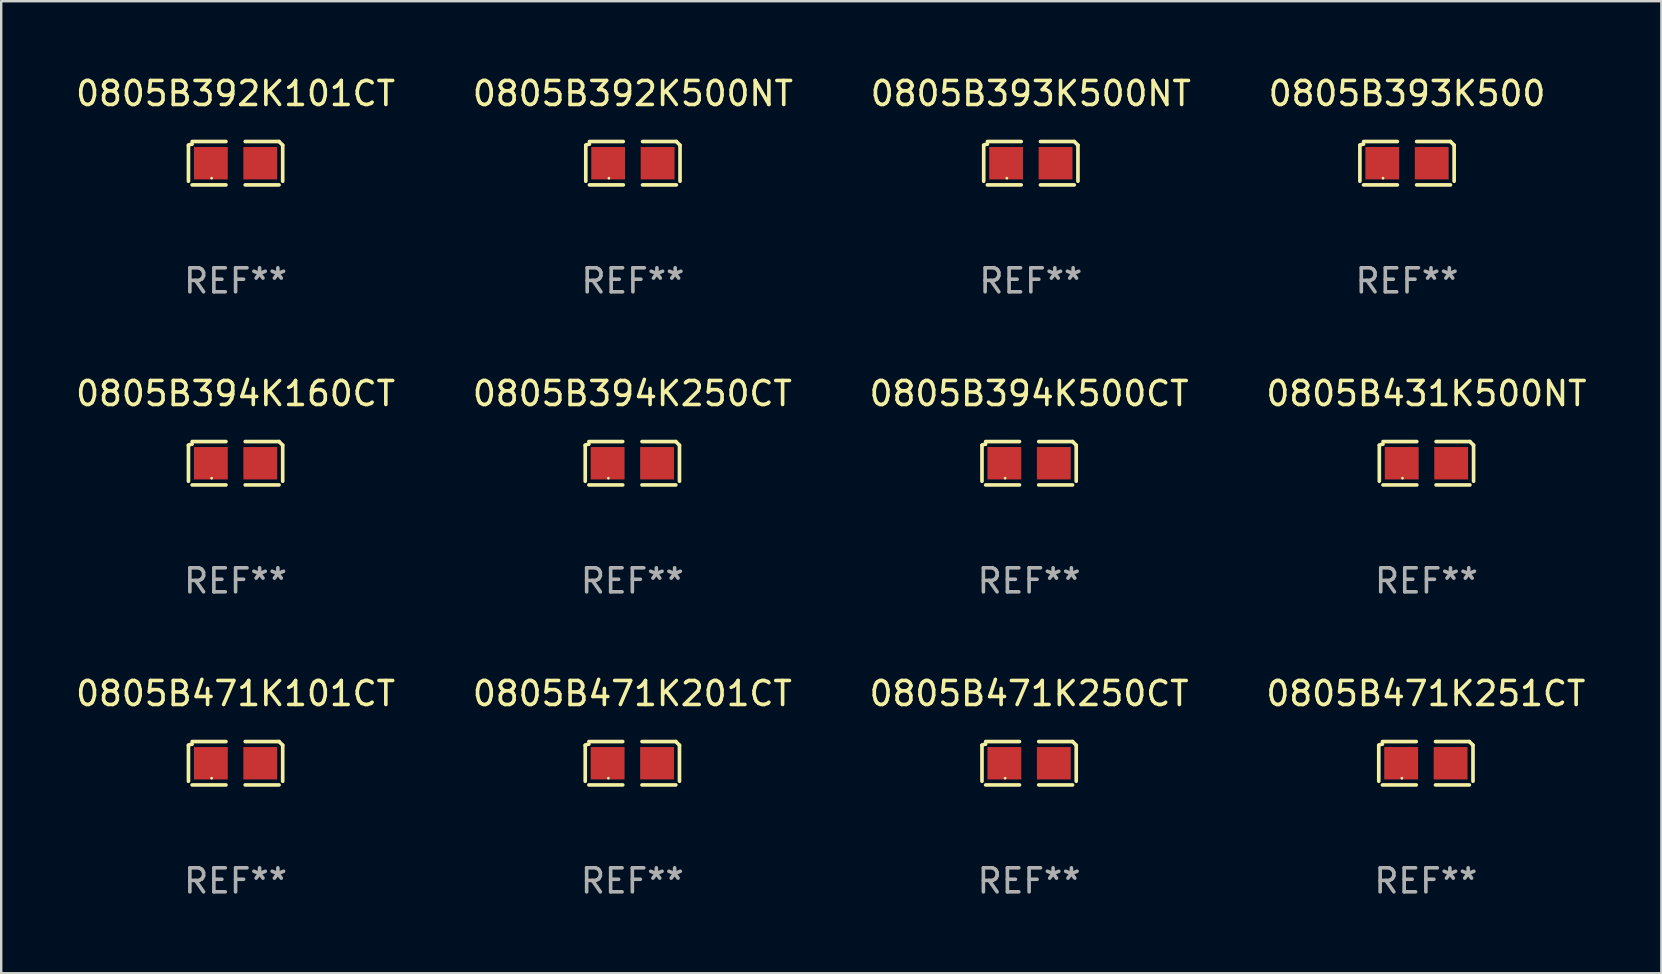
<source format=kicad_pcb>
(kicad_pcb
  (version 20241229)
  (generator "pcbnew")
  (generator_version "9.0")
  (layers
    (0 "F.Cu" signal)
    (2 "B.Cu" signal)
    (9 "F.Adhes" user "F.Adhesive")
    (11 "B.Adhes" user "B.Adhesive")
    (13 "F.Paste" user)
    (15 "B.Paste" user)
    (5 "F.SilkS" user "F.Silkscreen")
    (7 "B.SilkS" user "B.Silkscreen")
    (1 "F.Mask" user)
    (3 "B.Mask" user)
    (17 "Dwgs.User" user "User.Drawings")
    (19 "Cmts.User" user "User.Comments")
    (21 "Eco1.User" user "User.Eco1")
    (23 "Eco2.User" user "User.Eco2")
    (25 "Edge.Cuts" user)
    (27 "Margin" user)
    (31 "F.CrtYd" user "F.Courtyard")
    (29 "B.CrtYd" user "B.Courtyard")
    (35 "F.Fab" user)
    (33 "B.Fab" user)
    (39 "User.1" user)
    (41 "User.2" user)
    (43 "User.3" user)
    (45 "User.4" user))
  (footprint "0805B394K500CT"
    (layer "F.Cu")
    (at 39.839 16.256)
    (property "Reference" "0805B394K500CT" (at 0 -2.904 0) (layer "F.SilkS") (effects (font (size 1 1) (thickness 0.15))))
    (attr through_hole)
    (fp_line (start -1.964 0.751) (end -1.964 -0.751) (stroke (width 0.152) (type solid)) (layer "F.SilkS"))
    (fp_line (start -1.811 -0.904) (end -0.401 -0.904) (stroke (width 0.152) (type solid)) (layer "F.SilkS"))
    (fp_line (start -0.401 0.904) (end -1.811 0.904) (stroke (width 0.152) (type solid)) (layer "F.SilkS"))
    (fp_line (start 0.401 0.904) (end 1.811 0.904) (stroke (width 0.152) (type solid)) (layer "F.SilkS"))
    (fp_line (start 1.811 -0.904) (end 0.401 -0.904) (stroke (width 0.152) (type solid)) (layer "F.SilkS"))
    (fp_line (start 1.964 0.751) (end 1.964 -0.751) (stroke (width 0.152) (type solid)) (layer "F.SilkS"))
    (fp_arc (start -1.963602 -0.751207) (mid -1.890354 -0.783131) (end -1.811201 -0.794044) (stroke (width 0.1524) (type solid)) (layer "F.SilkS"))
    (fp_arc (start 1.811202 -0.903607) (mid 1.887413 -0.827418) (end 1.963602 -0.751207) (stroke (width 0.1524) (type solid)) (layer "F.SilkS"))
    (fp_circle (center -1 0.625) (end -0.97 0.625) (stroke (width 0.06) (type solid)) (fill no) (layer "F.SilkS"))
    (fp_text user "REF**" (at 0 4.904 0) (layer "F.Fab") (effects (font (size 1 1) (thickness 0.15))))
    (pad "1" smd rect (at -1.03 0) (size 1.41 1.35) (layers "F.Cu" "F.Mask" "F.Paste"))
    (pad "2" smd rect (at 1.03 0) (size 1.41 1.35) (layers "F.Cu" "F.Mask" "F.Paste")))
  (footprint "0805B471K250CT"
    (layer "F.Cu")
    (at 39.839 28.759)
    (property "Reference" "0805B471K250CT" (at 0 -2.904 0) (layer "F.SilkS") (effects (font (size 1 1) (thickness 0.15))))
    (attr through_hole)
    (fp_line (start -1.964 0.751) (end -1.964 -0.751) (stroke (width 0.152) (type solid)) (layer "F.SilkS"))
    (fp_line (start -1.811 -0.904) (end -0.401 -0.904) (stroke (width 0.152) (type solid)) (layer "F.SilkS"))
    (fp_line (start -0.401 0.904) (end -1.811 0.904) (stroke (width 0.152) (type solid)) (layer "F.SilkS"))
    (fp_line (start 0.401 0.904) (end 1.811 0.904) (stroke (width 0.152) (type solid)) (layer "F.SilkS"))
    (fp_line (start 1.811 -0.904) (end 0.401 -0.904) (stroke (width 0.152) (type solid)) (layer "F.SilkS"))
    (fp_line (start 1.964 0.751) (end 1.964 -0.751) (stroke (width 0.152) (type solid)) (layer "F.SilkS"))
    (fp_arc (start -1.963602 -0.751207) (mid -1.890354 -0.783131) (end -1.811201 -0.794044) (stroke (width 0.1524) (type solid)) (layer "F.SilkS"))
    (fp_arc (start 1.811202 -0.903607) (mid 1.887413 -0.827418) (end 1.963602 -0.751207) (stroke (width 0.1524) (type solid)) (layer "F.SilkS"))
    (fp_circle (center -1 0.625) (end -0.97 0.625) (stroke (width 0.06) (type solid)) (fill no) (layer "F.SilkS"))
    (fp_text user "REF**" (at 0 4.904 0) (layer "F.Fab") (effects (font (size 1 1) (thickness 0.15))))
    (pad "1" smd rect (at -1.03 0) (size 1.41 1.35) (layers "F.Cu" "F.Mask" "F.Paste"))
    (pad "2" smd rect (at 1.03 0) (size 1.41 1.35) (layers "F.Cu" "F.Mask" "F.Paste")))
  (footprint "0805B392K500NT"
    (layer "F.Cu")
    (at 23.327 3.752)
    (property "Reference" "0805B392K500NT" (at 0 -2.904 0) (layer "F.SilkS") (effects (font (size 1 1) (thickness 0.15))))
    (attr through_hole)
    (fp_line (start -1.964 0.751) (end -1.964 -0.751) (stroke (width 0.152) (type solid)) (layer "F.SilkS"))
    (fp_line (start -1.811 -0.904) (end -0.401 -0.904) (stroke (width 0.152) (type solid)) (layer "F.SilkS"))
    (fp_line (start -0.401 0.904) (end -1.811 0.904) (stroke (width 0.152) (type solid)) (layer "F.SilkS"))
    (fp_line (start 0.401 0.904) (end 1.811 0.904) (stroke (width 0.152) (type solid)) (layer "F.SilkS"))
    (fp_line (start 1.811 -0.904) (end 0.401 -0.904) (stroke (width 0.152) (type solid)) (layer "F.SilkS"))
    (fp_line (start 1.964 0.751) (end 1.964 -0.751) (stroke (width 0.152) (type solid)) (layer "F.SilkS"))
    (fp_arc (start -1.963602 -0.751207) (mid -1.890354 -0.783131) (end -1.811201 -0.794044) (stroke (width 0.1524) (type solid)) (layer "F.SilkS"))
    (fp_arc (start 1.811202 -0.903607) (mid 1.887413 -0.827418) (end 1.963602 -0.751207) (stroke (width 0.1524) (type solid)) (layer "F.SilkS"))
    (fp_circle (center -1 0.625) (end -0.97 0.625) (stroke (width 0.06) (type solid)) (fill no) (layer "F.SilkS"))
    (fp_text user "REF**" (at 0 4.904 0) (layer "F.Fab") (effects (font (size 1 1) (thickness 0.15))))
    (pad "1" smd rect (at -1.03 0) (size 1.41 1.35) (layers "F.Cu" "F.Mask" "F.Paste"))
    (pad "2" smd rect (at 1.03 0) (size 1.41 1.35) (layers "F.Cu" "F.Mask" "F.Paste")))
  (footprint "0805B471K101CT"
    (layer "F.Cu")
    (at 6.768 28.759)
    (property "Reference" "0805B471K101CT" (at 0 -2.904 0) (layer "F.SilkS") (effects (font (size 1 1) (thickness 0.15))))
    (attr through_hole)
    (fp_line (start -1.964 0.751) (end -1.964 -0.751) (stroke (width 0.152) (type solid)) (layer "F.SilkS"))
    (fp_line (start -1.811 -0.904) (end -0.401 -0.904) (stroke (width 0.152) (type solid)) (layer "F.SilkS"))
    (fp_line (start -0.401 0.904) (end -1.811 0.904) (stroke (width 0.152) (type solid)) (layer "F.SilkS"))
    (fp_line (start 0.401 0.904) (end 1.811 0.904) (stroke (width 0.152) (type solid)) (layer "F.SilkS"))
    (fp_line (start 1.811 -0.904) (end 0.401 -0.904) (stroke (width 0.152) (type solid)) (layer "F.SilkS"))
    (fp_line (start 1.964 0.751) (end 1.964 -0.751) (stroke (width 0.152) (type solid)) (layer "F.SilkS"))
    (fp_arc (start -1.963602 -0.751207) (mid -1.890354 -0.783131) (end -1.811201 -0.794044) (stroke (width 0.1524) (type solid)) (layer "F.SilkS"))
    (fp_arc (start 1.811202 -0.903607) (mid 1.887413 -0.827418) (end 1.963602 -0.751207) (stroke (width 0.1524) (type solid)) (layer "F.SilkS"))
    (fp_circle (center -1 0.625) (end -0.97 0.625) (stroke (width 0.06) (type solid)) (fill no) (layer "F.SilkS"))
    (fp_text user "REF**" (at 0 4.904 0) (layer "F.Fab") (effects (font (size 1 1) (thickness 0.15))))
    (pad "1" smd rect (at -1.03 0) (size 1.41 1.35) (layers "F.Cu" "F.Mask" "F.Paste"))
    (pad "2" smd rect (at 1.03 0) (size 1.41 1.35) (layers "F.Cu" "F.Mask" "F.Paste")))
  (footprint "0805B471K251CT"
    (layer "F.Cu")
    (at 56.375 28.759)
    (property "Reference" "0805B471K251CT" (at 0 -2.904 0) (layer "F.SilkS") (effects (font (size 1 1) (thickness 0.15))))
    (attr through_hole)
    (fp_line (start -1.964 0.751) (end -1.964 -0.751) (stroke (width 0.152) (type solid)) (layer "F.SilkS"))
    (fp_line (start -1.811 -0.904) (end -0.401 -0.904) (stroke (width 0.152) (type solid)) (layer "F.SilkS"))
    (fp_line (start -0.401 0.904) (end -1.811 0.904) (stroke (width 0.152) (type solid)) (layer "F.SilkS"))
    (fp_line (start 0.401 0.904) (end 1.811 0.904) (stroke (width 0.152) (type solid)) (layer "F.SilkS"))
    (fp_line (start 1.811 -0.904) (end 0.401 -0.904) (stroke (width 0.152) (type solid)) (layer "F.SilkS"))
    (fp_line (start 1.964 0.751) (end 1.964 -0.751) (stroke (width 0.152) (type solid)) (layer "F.SilkS"))
    (fp_arc (start -1.963602 -0.751207) (mid -1.890354 -0.783131) (end -1.811201 -0.794044) (stroke (width 0.1524) (type solid)) (layer "F.SilkS"))
    (fp_arc (start 1.811202 -0.903607) (mid 1.887413 -0.827418) (end 1.963602 -0.751207) (stroke (width 0.1524) (type solid)) (layer "F.SilkS"))
    (fp_circle (center -1 0.625) (end -0.97 0.625) (stroke (width 0.06) (type solid)) (fill no) (layer "F.SilkS"))
    (fp_text user "REF**" (at 0 4.904 0) (layer "F.Fab") (effects (font (size 1 1) (thickness 0.15))))
    (pad "1" smd rect (at -1.03 0) (size 1.41 1.35) (layers "F.Cu" "F.Mask" "F.Paste"))
    (pad "2" smd rect (at 1.03 0) (size 1.41 1.35) (layers "F.Cu" "F.Mask" "F.Paste")))
  (footprint "0805B394K160CT"
    (layer "F.Cu")
    (at 6.768 16.256)
    (property "Reference" "0805B394K160CT" (at 0 -2.904 0) (layer "F.SilkS") (effects (font (size 1 1) (thickness 0.15))))
    (attr through_hole)
    (fp_line (start -1.964 0.751) (end -1.964 -0.751) (stroke (width 0.152) (type solid)) (layer "F.SilkS"))
    (fp_line (start -1.811 -0.904) (end -0.401 -0.904) (stroke (width 0.152) (type solid)) (layer "F.SilkS"))
    (fp_line (start -0.401 0.904) (end -1.811 0.904) (stroke (width 0.152) (type solid)) (layer "F.SilkS"))
    (fp_line (start 0.401 0.904) (end 1.811 0.904) (stroke (width 0.152) (type solid)) (layer "F.SilkS"))
    (fp_line (start 1.811 -0.904) (end 0.401 -0.904) (stroke (width 0.152) (type solid)) (layer "F.SilkS"))
    (fp_line (start 1.964 0.751) (end 1.964 -0.751) (stroke (width 0.152) (type solid)) (layer "F.SilkS"))
    (fp_arc (start -1.963602 -0.751207) (mid -1.890354 -0.783131) (end -1.811201 -0.794044) (stroke (width 0.1524) (type solid)) (layer "F.SilkS"))
    (fp_arc (start 1.811202 -0.903607) (mid 1.887413 -0.827418) (end 1.963602 -0.751207) (stroke (width 0.1524) (type solid)) (layer "F.SilkS"))
    (fp_circle (center -1 0.625) (end -0.97 0.625) (stroke (width 0.06) (type solid)) (fill no) (layer "F.SilkS"))
    (fp_text user "REF**" (at 0 4.904 0) (layer "F.Fab") (effects (font (size 1 1) (thickness 0.15))))
    (pad "1" smd rect (at -1.03 0) (size 1.41 1.35) (layers "F.Cu" "F.Mask" "F.Paste"))
    (pad "2" smd rect (at 1.03 0) (size 1.41 1.35) (layers "F.Cu" "F.Mask" "F.Paste")))
  (footprint "0805B393K500"
    (layer "F.Cu")
    (at 55.589 3.752)
    (property "Reference" "0805B393K500" (at 0 -2.904 0) (layer "F.SilkS") (effects (font (size 1 1) (thickness 0.15))))
    (attr through_hole)
    (fp_line (start -1.964 0.751) (end -1.964 -0.751) (stroke (width 0.152) (type solid)) (layer "F.SilkS"))
    (fp_line (start -1.811 -0.904) (end -0.401 -0.904) (stroke (width 0.152) (type solid)) (layer "F.SilkS"))
    (fp_line (start -0.401 0.904) (end -1.811 0.904) (stroke (width 0.152) (type solid)) (layer "F.SilkS"))
    (fp_line (start 0.401 0.904) (end 1.811 0.904) (stroke (width 0.152) (type solid)) (layer "F.SilkS"))
    (fp_line (start 1.811 -0.904) (end 0.401 -0.904) (stroke (width 0.152) (type solid)) (layer "F.SilkS"))
    (fp_line (start 1.964 0.751) (end 1.964 -0.751) (stroke (width 0.152) (type solid)) (layer "F.SilkS"))
    (fp_arc (start -1.963602 -0.751207) (mid -1.890354 -0.783131) (end -1.811201 -0.794044) (stroke (width 0.1524) (type solid)) (layer "F.SilkS"))
    (fp_arc (start 1.811202 -0.903607) (mid 1.887413 -0.827418) (end 1.963602 -0.751207) (stroke (width 0.1524) (type solid)) (layer "F.SilkS"))
    (fp_circle (center -1 0.625) (end -0.97 0.625) (stroke (width 0.06) (type solid)) (fill no) (layer "F.SilkS"))
    (fp_text user "REF**" (at 0 4.904 0) (layer "F.Fab") (effects (font (size 1 1) (thickness 0.15))))
    (pad "1" smd rect (at -1.03 0) (size 1.41 1.35) (layers "F.Cu" "F.Mask" "F.Paste"))
    (pad "2" smd rect (at 1.03 0) (size 1.41 1.35) (layers "F.Cu" "F.Mask" "F.Paste")))
  (footprint "0805B431K500NT"
    (layer "F.Cu")
    (at 56.399 16.256)
    (property "Reference" "0805B431K500NT" (at 0 -2.904 0) (layer "F.SilkS") (effects (font (size 1 1) (thickness 0.15))))
    (attr through_hole)
    (fp_line (start -1.964 0.751) (end -1.964 -0.751) (stroke (width 0.152) (type solid)) (layer "F.SilkS"))
    (fp_line (start -1.811 -0.904) (end -0.401 -0.904) (stroke (width 0.152) (type solid)) (layer "F.SilkS"))
    (fp_line (start -0.401 0.904) (end -1.811 0.904) (stroke (width 0.152) (type solid)) (layer "F.SilkS"))
    (fp_line (start 0.401 0.904) (end 1.811 0.904) (stroke (width 0.152) (type solid)) (layer "F.SilkS"))
    (fp_line (start 1.811 -0.904) (end 0.401 -0.904) (stroke (width 0.152) (type solid)) (layer "F.SilkS"))
    (fp_line (start 1.964 0.751) (end 1.964 -0.751) (stroke (width 0.152) (type solid)) (layer "F.SilkS"))
    (fp_arc (start -1.963602 -0.751207) (mid -1.890354 -0.783131) (end -1.811201 -0.794044) (stroke (width 0.1524) (type solid)) (layer "F.SilkS"))
    (fp_arc (start 1.811202 -0.903607) (mid 1.887413 -0.827418) (end 1.963602 -0.751207) (stroke (width 0.1524) (type solid)) (layer "F.SilkS"))
    (fp_circle (center -1 0.625) (end -0.97 0.625) (stroke (width 0.06) (type solid)) (fill no) (layer "F.SilkS"))
    (fp_text user "REF**" (at 0 4.904 0) (layer "F.Fab") (effects (font (size 1 1) (thickness 0.15))))
    (pad "1" smd rect (at -1.03 0) (size 1.41 1.35) (layers "F.Cu" "F.Mask" "F.Paste"))
    (pad "2" smd rect (at 1.03 0) (size 1.41 1.35) (layers "F.Cu" "F.Mask" "F.Paste")))
  (footprint "0805B392K101CT"
    (layer "F.Cu")
    (at 6.768 3.752)
    (property "Reference" "0805B392K101CT" (at 0 -2.904 0) (layer "F.SilkS") (effects (font (size 1 1) (thickness 0.15))))
    (attr through_hole)
    (fp_line (start -1.964 0.751) (end -1.964 -0.751) (stroke (width 0.152) (type solid)) (layer "F.SilkS"))
    (fp_line (start -1.811 -0.904) (end -0.401 -0.904) (stroke (width 0.152) (type solid)) (layer "F.SilkS"))
    (fp_line (start -0.401 0.904) (end -1.811 0.904) (stroke (width 0.152) (type solid)) (layer "F.SilkS"))
    (fp_line (start 0.401 0.904) (end 1.811 0.904) (stroke (width 0.152) (type solid)) (layer "F.SilkS"))
    (fp_line (start 1.811 -0.904) (end 0.401 -0.904) (stroke (width 0.152) (type solid)) (layer "F.SilkS"))
    (fp_line (start 1.964 0.751) (end 1.964 -0.751) (stroke (width 0.152) (type solid)) (layer "F.SilkS"))
    (fp_arc (start -1.963602 -0.751207) (mid -1.890354 -0.783131) (end -1.811201 -0.794044) (stroke (width 0.1524) (type solid)) (layer "F.SilkS"))
    (fp_arc (start 1.811202 -0.903607) (mid 1.887413 -0.827418) (end 1.963602 -0.751207) (stroke (width 0.1524) (type solid)) (layer "F.SilkS"))
    (fp_circle (center -1 0.625) (end -0.97 0.625) (stroke (width 0.06) (type solid)) (fill no) (layer "F.SilkS"))
    (fp_text user "REF**" (at 0 4.904 0) (layer "F.Fab") (effects (font (size 1 1) (thickness 0.15))))
    (pad "1" smd rect (at -1.03 0) (size 1.41 1.35) (layers "F.Cu" "F.Mask" "F.Paste"))
    (pad "2" smd rect (at 1.03 0) (size 1.41 1.35) (layers "F.Cu" "F.Mask" "F.Paste")))
  (footprint "0805B393K500NT"
    (layer "F.Cu")
    (at 39.911 3.752)
    (property "Reference" "0805B393K500NT" (at 0 -2.904 0) (layer "F.SilkS") (effects (font (size 1 1) (thickness 0.15))))
    (attr through_hole)
    (fp_line (start -1.964 0.751) (end -1.964 -0.751) (stroke (width 0.152) (type solid)) (layer "F.SilkS"))
    (fp_line (start -1.811 -0.904) (end -0.401 -0.904) (stroke (width 0.152) (type solid)) (layer "F.SilkS"))
    (fp_line (start -0.401 0.904) (end -1.811 0.904) (stroke (width 0.152) (type solid)) (layer "F.SilkS"))
    (fp_line (start 0.401 0.904) (end 1.811 0.904) (stroke (width 0.152) (type solid)) (layer "F.SilkS"))
    (fp_line (start 1.811 -0.904) (end 0.401 -0.904) (stroke (width 0.152) (type solid)) (layer "F.SilkS"))
    (fp_line (start 1.964 0.751) (end 1.964 -0.751) (stroke (width 0.152) (type solid)) (layer "F.SilkS"))
    (fp_arc (start -1.963602 -0.751207) (mid -1.890354 -0.783131) (end -1.811201 -0.794044) (stroke (width 0.1524) (type solid)) (layer "F.SilkS"))
    (fp_arc (start 1.811202 -0.903607) (mid 1.887413 -0.827418) (end 1.963602 -0.751207) (stroke (width 0.1524) (type solid)) (layer "F.SilkS"))
    (fp_circle (center -1 0.625) (end -0.97 0.625) (stroke (width 0.06) (type solid)) (fill no) (layer "F.SilkS"))
    (fp_text user "REF**" (at 0 4.904 0) (layer "F.Fab") (effects (font (size 1 1) (thickness 0.15))))
    (pad "1" smd rect (at -1.03 0) (size 1.41 1.35) (layers "F.Cu" "F.Mask" "F.Paste"))
    (pad "2" smd rect (at 1.03 0) (size 1.41 1.35) (layers "F.Cu" "F.Mask" "F.Paste")))
  (footprint "0805B471K201CT"
    (layer "F.Cu")
    (at 23.304 28.759)
    (property "Reference" "0805B471K201CT" (at 0 -2.904 0) (layer "F.SilkS") (effects (font (size 1 1) (thickness 0.15))))
    (attr through_hole)
    (fp_line (start -1.964 0.751) (end -1.964 -0.751) (stroke (width 0.152) (type solid)) (layer "F.SilkS"))
    (fp_line (start -1.811 -0.904) (end -0.401 -0.904) (stroke (width 0.152) (type solid)) (layer "F.SilkS"))
    (fp_line (start -0.401 0.904) (end -1.811 0.904) (stroke (width 0.152) (type solid)) (layer "F.SilkS"))
    (fp_line (start 0.401 0.904) (end 1.811 0.904) (stroke (width 0.152) (type solid)) (layer "F.SilkS"))
    (fp_line (start 1.811 -0.904) (end 0.401 -0.904) (stroke (width 0.152) (type solid)) (layer "F.SilkS"))
    (fp_line (start 1.964 0.751) (end 1.964 -0.751) (stroke (width 0.152) (type solid)) (layer "F.SilkS"))
    (fp_arc (start -1.963602 -0.751207) (mid -1.890354 -0.783131) (end -1.811201 -0.794044) (stroke (width 0.1524) (type solid)) (layer "F.SilkS"))
    (fp_arc (start 1.811202 -0.903607) (mid 1.887413 -0.827418) (end 1.963602 -0.751207) (stroke (width 0.1524) (type solid)) (layer "F.SilkS"))
    (fp_circle (center -1 0.625) (end -0.97 0.625) (stroke (width 0.06) (type solid)) (fill no) (layer "F.SilkS"))
    (fp_text user "REF**" (at 0 4.904 0) (layer "F.Fab") (effects (font (size 1 1) (thickness 0.15))))
    (pad "1" smd rect (at -1.03 0) (size 1.41 1.35) (layers "F.Cu" "F.Mask" "F.Paste"))
    (pad "2" smd rect (at 1.03 0) (size 1.41 1.35) (layers "F.Cu" "F.Mask" "F.Paste")))
  (footprint "0805B394K250CT"
    (layer "F.Cu")
    (at 23.304 16.256)
    (property "Reference" "0805B394K250CT" (at 0 -2.904 0) (layer "F.SilkS") (effects (font (size 1 1) (thickness 0.15))))
    (attr through_hole)
    (fp_line (start -1.964 0.751) (end -1.964 -0.751) (stroke (width 0.152) (type solid)) (layer "F.SilkS"))
    (fp_line (start -1.811 -0.904) (end -0.401 -0.904) (stroke (width 0.152) (type solid)) (layer "F.SilkS"))
    (fp_line (start -0.401 0.904) (end -1.811 0.904) (stroke (width 0.152) (type solid)) (layer "F.SilkS"))
    (fp_line (start 0.401 0.904) (end 1.811 0.904) (stroke (width 0.152) (type solid)) (layer "F.SilkS"))
    (fp_line (start 1.811 -0.904) (end 0.401 -0.904) (stroke (width 0.152) (type solid)) (layer "F.SilkS"))
    (fp_line (start 1.964 0.751) (end 1.964 -0.751) (stroke (width 0.152) (type solid)) (layer "F.SilkS"))
    (fp_arc (start -1.963602 -0.751207) (mid -1.890354 -0.783131) (end -1.811201 -0.794044) (stroke (width 0.1524) (type solid)) (layer "F.SilkS"))
    (fp_arc (start 1.811202 -0.903607) (mid 1.887413 -0.827418) (end 1.963602 -0.751207) (stroke (width 0.1524) (type solid)) (layer "F.SilkS"))
    (fp_circle (center -1 0.625) (end -0.97 0.625) (stroke (width 0.06) (type solid)) (fill no) (layer "F.SilkS"))
    (fp_text user "REF**" (at 0 4.904 0) (layer "F.Fab") (effects (font (size 1 1) (thickness 0.15))))
    (pad "1" smd rect (at -1.03 0) (size 1.41 1.35) (layers "F.Cu" "F.Mask" "F.Paste"))
    (pad "2" smd rect (at 1.03 0) (size 1.41 1.35) (layers "F.Cu" "F.Mask" "F.Paste")))
  (gr_rect
    (start -3 -3)
    (end 66.19 37.511)
    (stroke (width 0.1) (type default))
    (fill no)
    (layer "Edge.Cuts")))
</source>
